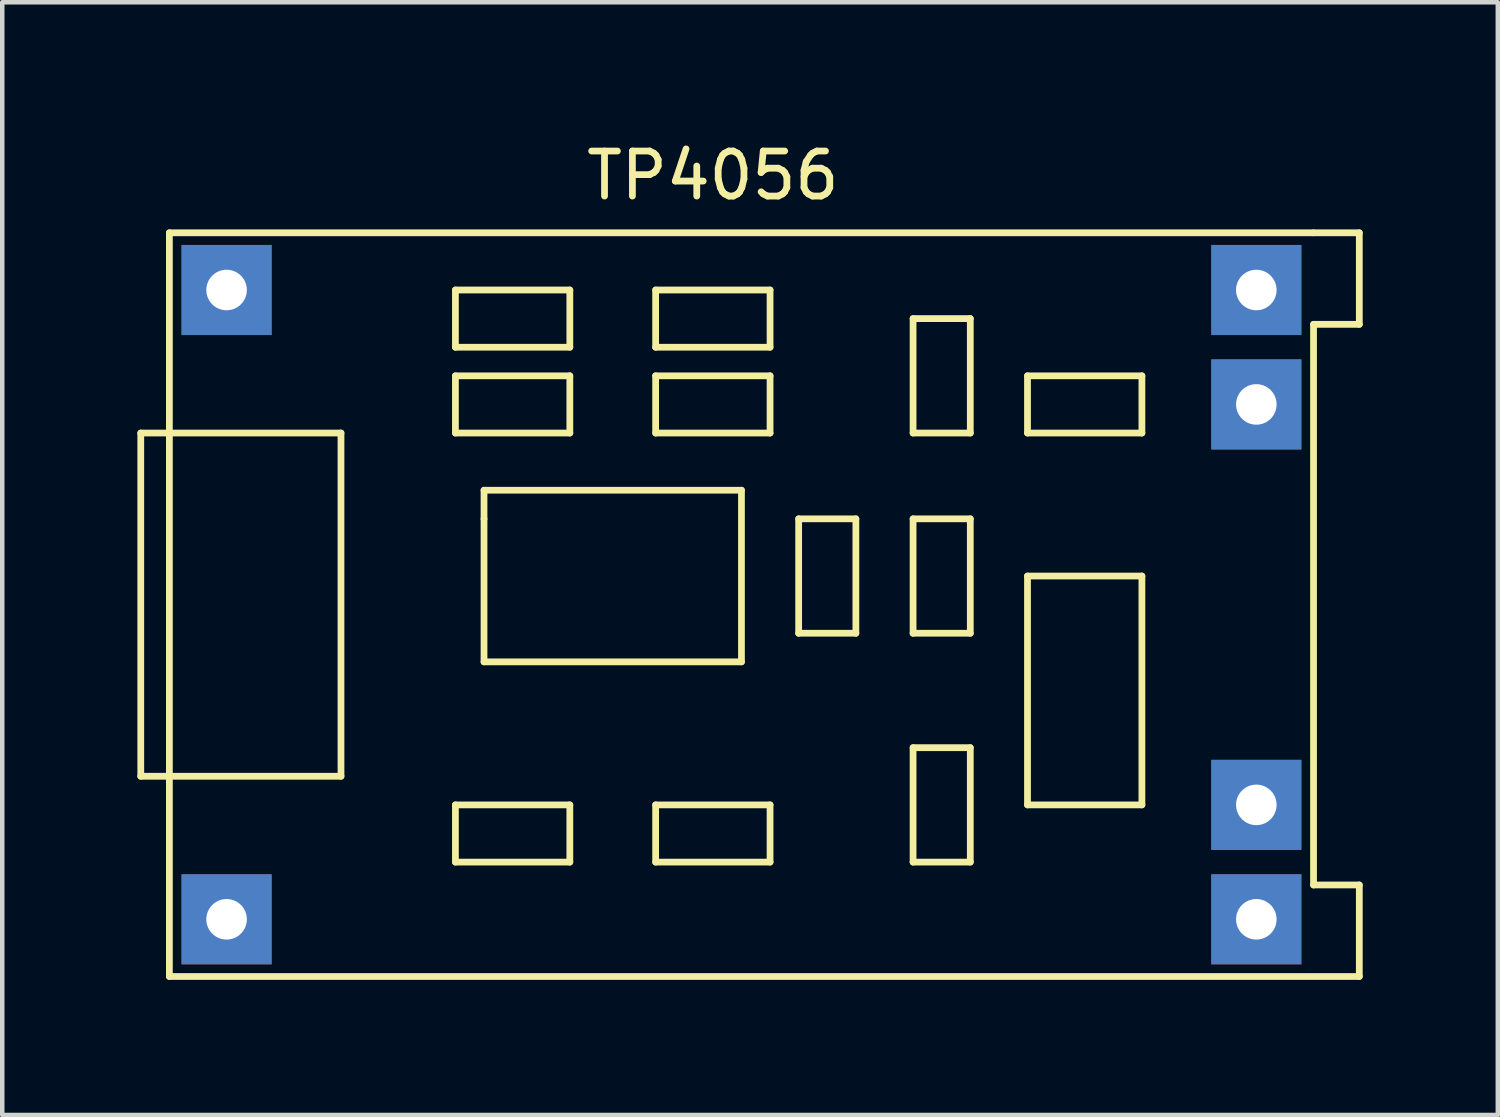
<source format=kicad_pcb>
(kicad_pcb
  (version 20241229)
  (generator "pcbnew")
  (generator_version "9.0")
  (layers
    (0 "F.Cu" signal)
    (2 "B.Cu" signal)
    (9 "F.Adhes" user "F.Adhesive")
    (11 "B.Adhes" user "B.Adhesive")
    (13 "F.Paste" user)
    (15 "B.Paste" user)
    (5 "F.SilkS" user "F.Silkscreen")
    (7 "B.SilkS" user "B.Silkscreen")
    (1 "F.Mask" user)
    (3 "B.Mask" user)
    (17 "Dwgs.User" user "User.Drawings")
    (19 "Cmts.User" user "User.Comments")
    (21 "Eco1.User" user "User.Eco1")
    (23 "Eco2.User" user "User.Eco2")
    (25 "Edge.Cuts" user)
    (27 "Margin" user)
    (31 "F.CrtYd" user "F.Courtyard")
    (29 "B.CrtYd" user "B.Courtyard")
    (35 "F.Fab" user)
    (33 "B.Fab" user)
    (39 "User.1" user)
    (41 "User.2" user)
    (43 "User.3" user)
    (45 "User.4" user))
  (footprint "TP4056"
    (layer "F.Cu")
    (at 12.775 10.373)
    (property "Reference" "TP4056" (at 0 -9.525 0) (layer "F.SilkS") (effects (font (size 1 1) (thickness 0.15))))
    (attr through_hole)
    (fp_line (start -12.7 -3.81) (end -12.7 3.81) (stroke (width 0.15) (type solid)) (layer "F.SilkS"))
    (fp_line (start -12.7 3.81) (end -8.255 3.81) (stroke (width 0.15) (type solid)) (layer "F.SilkS"))
    (fp_line (start -12.065 -8.255) (end 13.335 -8.255) (stroke (width 0.15) (type solid)) (layer "F.SilkS"))
    (fp_line (start -12.065 8.255) (end -12.065 -8.255) (stroke (width 0.15) (type solid)) (layer "F.SilkS"))
    (fp_line (start -8.255 -3.81) (end -12.7 -3.81) (stroke (width 0.15) (type solid)) (layer "F.SilkS"))
    (fp_line (start -8.255 3.81) (end -8.255 -3.81) (stroke (width 0.15) (type solid)) (layer "F.SilkS"))
    (fp_line (start -5.715 -6.985) (end -5.715 -5.715) (stroke (width 0.15) (type solid)) (layer "F.SilkS"))
    (fp_line (start -5.715 -5.715) (end -3.175 -5.715) (stroke (width 0.15) (type solid)) (layer "F.SilkS"))
    (fp_line (start -5.715 -5.08) (end -5.715 -3.81) (stroke (width 0.15) (type solid)) (layer "F.SilkS"))
    (fp_line (start -5.715 -3.81) (end -3.175 -3.81) (stroke (width 0.15) (type solid)) (layer "F.SilkS"))
    (fp_line (start -5.715 4.445) (end -5.715 5.715) (stroke (width 0.15) (type solid)) (layer "F.SilkS"))
    (fp_line (start -5.715 5.715) (end -3.175 5.715) (stroke (width 0.15) (type solid)) (layer "F.SilkS"))
    (fp_line (start -5.08 -2.54) (end -5.08 -1.905) (stroke (width 0.15) (type solid)) (layer "F.SilkS"))
    (fp_line (start -5.08 -1.905) (end -5.08 1.27) (stroke (width 0.15) (type solid)) (layer "F.SilkS"))
    (fp_line (start -5.08 1.27) (end 0.635 1.27) (stroke (width 0.15) (type solid)) (layer "F.SilkS"))
    (fp_line (start -3.175 -6.985) (end -5.715 -6.985) (stroke (width 0.15) (type solid)) (layer "F.SilkS"))
    (fp_line (start -3.175 -5.715) (end -3.175 -6.985) (stroke (width 0.15) (type solid)) (layer "F.SilkS"))
    (fp_line (start -3.175 -5.08) (end -5.715 -5.08) (stroke (width 0.15) (type solid)) (layer "F.SilkS"))
    (fp_line (start -3.175 -3.81) (end -3.175 -5.08) (stroke (width 0.15) (type solid)) (layer "F.SilkS"))
    (fp_line (start -3.175 4.445) (end -5.715 4.445) (stroke (width 0.15) (type solid)) (layer "F.SilkS"))
    (fp_line (start -3.175 5.715) (end -3.175 4.445) (stroke (width 0.15) (type solid)) (layer "F.SilkS"))
    (fp_line (start -1.27 -6.985) (end -1.27 -5.715) (stroke (width 0.15) (type solid)) (layer "F.SilkS"))
    (fp_line (start -1.27 -5.715) (end 1.27 -5.715) (stroke (width 0.15) (type solid)) (layer "F.SilkS"))
    (fp_line (start -1.27 -5.08) (end -1.27 -3.81) (stroke (width 0.15) (type solid)) (layer "F.SilkS"))
    (fp_line (start -1.27 -3.81) (end 1.27 -3.81) (stroke (width 0.15) (type solid)) (layer "F.SilkS"))
    (fp_line (start -1.27 4.445) (end -1.27 5.715) (stroke (width 0.15) (type solid)) (layer "F.SilkS"))
    (fp_line (start -1.27 5.715) (end 1.27 5.715) (stroke (width 0.15) (type solid)) (layer "F.SilkS"))
    (fp_line (start 0.635 -2.54) (end -5.08 -2.54) (stroke (width 0.15) (type solid)) (layer "F.SilkS"))
    (fp_line (start 0.635 1.27) (end 0.635 -2.54) (stroke (width 0.15) (type solid)) (layer "F.SilkS"))
    (fp_line (start 1.27 -6.985) (end -1.27 -6.985) (stroke (width 0.15) (type solid)) (layer "F.SilkS"))
    (fp_line (start 1.27 -5.715) (end 1.27 -6.985) (stroke (width 0.15) (type solid)) (layer "F.SilkS"))
    (fp_line (start 1.27 -5.08) (end -1.27 -5.08) (stroke (width 0.15) (type solid)) (layer "F.SilkS"))
    (fp_line (start 1.27 -3.81) (end 1.27 -5.08) (stroke (width 0.15) (type solid)) (layer "F.SilkS"))
    (fp_line (start 1.27 4.445) (end -1.27 4.445) (stroke (width 0.15) (type solid)) (layer "F.SilkS"))
    (fp_line (start 1.27 5.715) (end 1.27 4.445) (stroke (width 0.15) (type solid)) (layer "F.SilkS"))
    (fp_line (start 1.905 -1.905) (end 1.905 0.635) (stroke (width 0.15) (type solid)) (layer "F.SilkS"))
    (fp_line (start 1.905 0.635) (end 3.175 0.635) (stroke (width 0.15) (type solid)) (layer "F.SilkS"))
    (fp_line (start 3.175 -1.905) (end 1.905 -1.905) (stroke (width 0.15) (type solid)) (layer "F.SilkS"))
    (fp_line (start 3.175 0.635) (end 3.175 -1.905) (stroke (width 0.15) (type solid)) (layer "F.SilkS"))
    (fp_line (start 4.445 -6.35) (end 4.445 -3.81) (stroke (width 0.15) (type solid)) (layer "F.SilkS"))
    (fp_line (start 4.445 -3.81) (end 5.715 -3.81) (stroke (width 0.15) (type solid)) (layer "F.SilkS"))
    (fp_line (start 4.445 -1.905) (end 4.445 0.635) (stroke (width 0.15) (type solid)) (layer "F.SilkS"))
    (fp_line (start 4.445 0.635) (end 5.715 0.635) (stroke (width 0.15) (type solid)) (layer "F.SilkS"))
    (fp_line (start 4.445 3.175) (end 4.445 5.715) (stroke (width 0.15) (type solid)) (layer "F.SilkS"))
    (fp_line (start 4.445 5.715) (end 5.715 5.715) (stroke (width 0.15) (type solid)) (layer "F.SilkS"))
    (fp_line (start 5.715 -6.35) (end 4.445 -6.35) (stroke (width 0.15) (type solid)) (layer "F.SilkS"))
    (fp_line (start 5.715 -3.81) (end 5.715 -6.35) (stroke (width 0.15) (type solid)) (layer "F.SilkS"))
    (fp_line (start 5.715 -1.905) (end 4.445 -1.905) (stroke (width 0.15) (type solid)) (layer "F.SilkS"))
    (fp_line (start 5.715 0.635) (end 5.715 -1.905) (stroke (width 0.15) (type solid)) (layer "F.SilkS"))
    (fp_line (start 5.715 3.175) (end 4.445 3.175) (stroke (width 0.15) (type solid)) (layer "F.SilkS"))
    (fp_line (start 5.715 5.715) (end 5.715 3.175) (stroke (width 0.15) (type solid)) (layer "F.SilkS"))
    (fp_line (start 6.985 -5.08) (end 6.985 -3.81) (stroke (width 0.15) (type solid)) (layer "F.SilkS"))
    (fp_line (start 6.985 -3.81) (end 9.525 -3.81) (stroke (width 0.15) (type solid)) (layer "F.SilkS"))
    (fp_line (start 6.985 -0.635) (end 6.985 4.445) (stroke (width 0.15) (type solid)) (layer "F.SilkS"))
    (fp_line (start 6.985 4.445) (end 9.525 4.445) (stroke (width 0.15) (type solid)) (layer "F.SilkS"))
    (fp_line (start 9.525 -5.08) (end 6.985 -5.08) (stroke (width 0.15) (type solid)) (layer "F.SilkS"))
    (fp_line (start 9.525 -3.81) (end 9.525 -5.08) (stroke (width 0.15) (type solid)) (layer "F.SilkS"))
    (fp_line (start 9.525 -0.635) (end 6.985 -0.635) (stroke (width 0.15) (type solid)) (layer "F.SilkS"))
    (fp_line (start 9.525 4.445) (end 9.525 -0.635) (stroke (width 0.15) (type solid)) (layer "F.SilkS"))
    (fp_line (start 13.335 -8.255) (end 14.351 -8.255) (stroke (width 0.15) (type solid)) (layer "F.SilkS"))
    (fp_line (start 13.335 -6.223) (end 13.335 6.223) (stroke (width 0.15) (type solid)) (layer "F.SilkS"))
    (fp_line (start 13.335 6.223) (end 14.351 6.223) (stroke (width 0.15) (type solid)) (layer "F.SilkS"))
    (fp_line (start 14.351 -8.255) (end 14.351 -6.223) (stroke (width 0.15) (type solid)) (layer "F.SilkS"))
    (fp_line (start 14.351 -6.223) (end 13.335 -6.223) (stroke (width 0.15) (type solid)) (layer "F.SilkS"))
    (fp_line (start 14.351 6.223) (end 14.351 8.255) (stroke (width 0.15) (type solid)) (layer "F.SilkS"))
    (fp_line (start 14.351 8.255) (end -12.065 8.255) (stroke (width 0.15) (type solid)) (layer "F.SilkS"))
    (pad "1" thru_hole rect (at -10.795 -6.985) (size 2 2) (drill 0.9) (layers "*.Cu" "*.Mask"))
    (pad "2" thru_hole rect (at -10.795 6.985) (size 2 2) (drill 0.9) (layers "*.Cu" "*.Mask"))
    (pad "3" thru_hole rect (at 12.065 -6.985) (size 2 2) (drill 0.9) (layers "*.Cu" "*.Mask"))
    (pad "4" thru_hole rect (at 12.065 -4.445) (size 2 2) (drill 0.9) (layers "*.Cu" "*.Mask"))
    (pad "5" thru_hole rect (at 12.065 4.445) (size 2 2) (drill 0.9) (layers "*.Cu" "*.Mask"))
    (pad "6" thru_hole rect (at 12.065 6.985) (size 2 2) (drill 0.9) (layers "*.Cu" "*.Mask")))
  (gr_rect
    (start -3 -3)
    (end 30.201 21.703)
    (stroke (width 0.1) (type default))
    (fill no)
    (layer "Edge.Cuts")))
</source>
